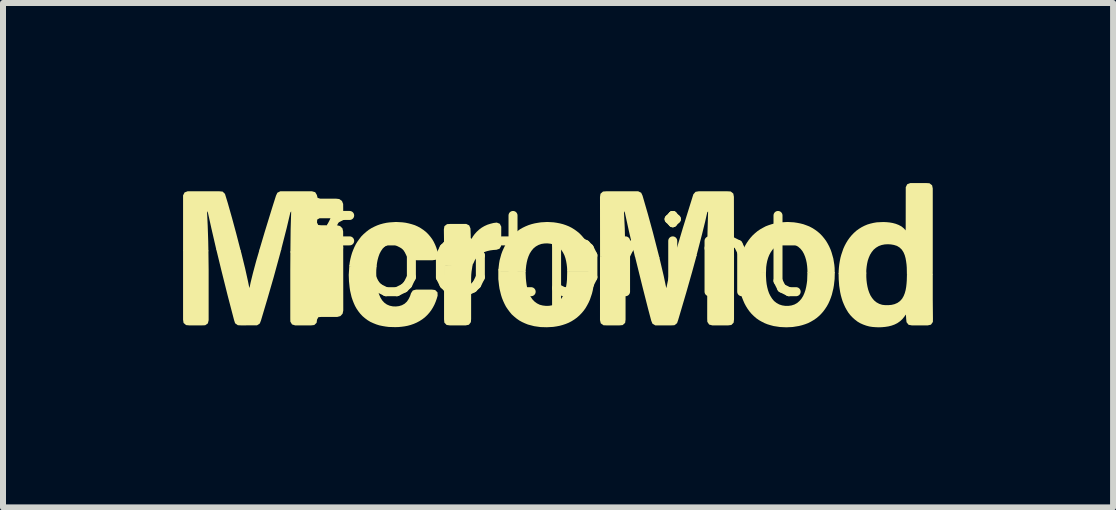
<source format=kicad_pcb>
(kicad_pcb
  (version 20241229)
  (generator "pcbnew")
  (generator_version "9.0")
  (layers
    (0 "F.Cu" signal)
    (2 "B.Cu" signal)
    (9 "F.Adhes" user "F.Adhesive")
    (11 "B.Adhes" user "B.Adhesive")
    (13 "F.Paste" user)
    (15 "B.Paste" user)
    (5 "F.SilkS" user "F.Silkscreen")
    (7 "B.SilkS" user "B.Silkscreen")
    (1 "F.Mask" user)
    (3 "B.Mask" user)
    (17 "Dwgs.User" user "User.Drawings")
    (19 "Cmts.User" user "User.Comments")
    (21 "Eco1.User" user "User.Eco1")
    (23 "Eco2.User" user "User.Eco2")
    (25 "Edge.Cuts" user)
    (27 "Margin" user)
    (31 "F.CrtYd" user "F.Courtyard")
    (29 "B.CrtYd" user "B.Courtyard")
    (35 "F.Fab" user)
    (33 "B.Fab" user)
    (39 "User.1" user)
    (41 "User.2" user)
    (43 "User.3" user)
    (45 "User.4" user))
  (footprint "footprint"
    (layer "F.Cu")
    (at 6.253 1.23)
    (property "Reference" "footprint" (at 0 0 0) (layer "F.SilkS") (effects (font (size 1.27 1.27) (thickness 0.15))))
    (fp_poly (pts (xy 2.501 -0.018) (xy 2.926 -0.018) (xy 2.926 1.041) (xy 2.92 1.095) (xy 2.882 1.134) (xy 2.828 1.141) (xy 2.564 1.141) (xy 2.511 1.127) (xy 2.481 1.081) (xy 2.479 1.027) (xy 2.48 -0.038)) (stroke (width 0) (type solid)) (fill yes) (layer "F.SilkS"))
    (fp_poly (pts (xy -5.831 -0.106) (xy -5.827 0.213) (xy -5.827 1.055) (xy -5.84 1.108) (xy -5.885 1.139) (xy -5.939 1.141) (xy -6.15 1.141) (xy -6.203 1.136) (xy -6.245 1.1) (xy -6.253 1.047) (xy -6.253 -0.115) (xy -5.88 -0.115)) (stroke (width 0) (type solid)) (fill yes) (layer "F.SilkS"))
    (fp_poly (pts (xy 1.119 0.251) (xy 1.119 1.045) (xy 1.112 1.099) (xy 1.071 1.136) (xy 1.017 1.141) (xy 0.805 1.141) (xy 0.751 1.139) (xy 0.706 1.107) (xy 0.693 1.054) (xy 0.693 -0.008) (xy 0.741 -0.018) (xy 1.117 -0.018)) (stroke (width 0) (type solid)) (fill yes) (layer "F.SilkS"))
    (fp_poly (pts (xy -1.439 0.194) (xy -1.447 0.245) (xy -1.452 0.297) (xy -1.454 0.35) (xy -1.454 1.033) (xy -1.458 1.087) (xy -1.491 1.13) (xy -1.544 1.141) (xy -1.808 1.141) (xy -1.862 1.134) (xy -1.9 1.095) (xy -1.905 1.041) (xy -1.905 0.142) (xy -1.853 0.137) (xy -1.429 0.128)) (stroke (width 0) (type solid)) (fill yes) (layer "F.SilkS"))
    (fp_poly (pts (xy -3.584 0.893) (xy -3.595 0.946) (xy -3.632 0.986) (xy -3.684 1) (xy -3.948 1) (xy -3.998 1.004) (xy -4.021 1.044) (xy -4.028 1.097) (xy -4.067 1.135) (xy -4.121 1.141) (xy -4.386 1.141) (xy -4.438 1.125) (xy -4.466 1.078) (xy -4.467 1.024) (xy -4.467 0.233) (xy -4.465 -0.086) (xy -4.435 -0.115) (xy -3.585 -0.17)) (stroke (width 0) (type solid)) (fill yes) (layer "F.SilkS"))
    (fp_poly (pts (xy 1.33 -1.093) (xy 1.379 -1.069) (xy 1.402 -1.02) (xy 1.491 -0.713) (xy 1.575 -0.406) (xy 1.686 0.025) (xy 1.648 -0.008) (xy 1.274 -0.008) (xy 1.176 -0.425) (xy 1.108 -0.736) (xy 1.097 -0.762) (xy 1.093 -0.737) (xy 1.106 -0.472) (xy 1.117 -0.006) (xy 1.092 -0.008) (xy 0.722 -0.008) (xy 0.694 0.001) (xy 0.693 -0.998) (xy 0.701 -1.052) (xy 0.743 -1.089) (xy 0.797 -1.093)) (stroke (width 0) (type solid)) (fill yes) (layer "F.SilkS"))
    (fp_poly (pts (xy 2.871 -1.09) (xy 2.914 -1.055) (xy 2.924 -1.002) (xy 2.926 -0.006) (xy 2.897 -0.008) (xy 2.524 -0.008) (xy 2.479 -0.022) (xy 2.484 -0.398) (xy 2.494 -0.757) (xy 2.48 -0.742) (xy 2.445 -0.588) (xy 2.394 -0.381) (xy 2.3 -0.018) (xy 2.25 -0.008) (xy 1.983 -0.008) (xy 1.936 -0.019) (xy 2.074 -0.483) (xy 2.248 -1.042) (xy 2.284 -1.084) (xy 2.337 -1.093) (xy 2.817 -1.093)) (stroke (width 0) (type solid)) (fill yes) (layer "F.SilkS"))
    (fp_poly (pts (xy -5.648 -1.093) (xy -5.594 -1.088) (xy -5.555 -1.05) (xy -5.508 -0.897) (xy -5.436 -0.643) (xy -5.367 -0.388) (xy -5.293 -0.102) (xy -5.332 -0.105) (xy -5.649 -0.105) (xy -5.698 -0.115) (xy -5.782 -0.479) (xy -5.839 -0.736) (xy -5.849 -0.762) (xy -5.853 -0.738) (xy -5.843 -0.527) (xy -5.834 -0.263) (xy -5.832 -0.157) (xy -5.831 -0.095) (xy -6.211 -0.105) (xy -6.253 -0.107) (xy -6.253 -1.025) (xy -6.228 -1.074) (xy -6.178 -1.093)) (stroke (width 0) (type solid)) (fill yes) (layer "F.SilkS"))
    (fp_poly (pts (xy 1.978 -0.018) (xy 2.305 -0.031) (xy 2.23 0.243) (xy 2.129 0.598) (xy 2.025 0.951) (xy 1.995 1.052) (xy 1.977 1.104) (xy 1.934 1.138) (xy 1.88 1.141) (xy 1.615 1.141) (xy 1.568 1.114) (xy 1.547 1.064) (xy 1.493 0.86) (xy 1.402 0.502) (xy 1.274 -0.015) (xy 1.329 -0.018) (xy 1.647 -0.018) (xy 1.682 0.01) (xy 1.755 0.319) (xy 1.796 0.515) (xy 1.801 0.51) (xy 1.822 0.408) (xy 1.848 0.305) (xy 1.888 0.152) (xy 1.941 -0.033)) (stroke (width 0) (type solid)) (fill yes) (layer "F.SilkS"))
    (fp_poly (pts (xy -4.634 -0.062) (xy -4.746 0.347) (xy -4.849 0.703) (xy -4.955 1.059) (xy -4.975 1.11) (xy -5.021 1.14) (xy -5.287 1.141) (xy -5.341 1.138) (xy -5.386 1.106) (xy -5.403 1.054) (xy -5.51 0.644) (xy -5.613 0.232) (xy -5.7 -0.126) (xy -5.67 -0.115) (xy -5.296 -0.115) (xy -5.281 -0.06) (xy -5.218 0.197) (xy -5.172 0.404) (xy -5.151 0.507) (xy -5.146 0.515) (xy -5.127 0.424) (xy -5.089 0.27) (xy -5.034 0.065) (xy -4.98 -0.119) (xy -4.949 -0.115) (xy -4.615 -0.134)) (stroke (width 0) (type solid)) (fill yes) (layer "F.SilkS"))
    (fp_poly (pts (xy -0.976 -0.552) (xy -0.952 -0.503) (xy -0.953 -0.183) (xy -0.981 -0.136) (xy -1.032 -0.119) (xy -1.086 -0.115) (xy -1.138 -0.108) (xy -1.189 -0.096) (xy -1.238 -0.079) (xy -1.285 -0.056) (xy -1.327 -0.026) (xy -1.363 0.012) (xy -1.392 0.055) (xy -1.414 0.103) (xy -1.439 0.146) (xy -1.865 0.146) (xy -1.906 0.154) (xy -1.906 -0.3) (xy -1.908 -0.459) (xy -1.899 -0.512) (xy -1.855 -0.546) (xy -1.801 -0.549) (xy -1.535 -0.549) (xy -1.486 -0.525) (xy -1.465 -0.474) (xy -1.461 -0.368) (xy -1.46 -0.278) (xy -1.453 -0.289) (xy -1.427 -0.336) (xy -1.396 -0.379) (xy -1.36 -0.419) (xy -1.321 -0.455) (xy -1.278 -0.487) (xy -1.232 -0.514) (xy -1.183 -0.536) (xy -1.133 -0.552) (xy -1.081 -0.565) (xy -1.027 -0.572)) (stroke (width 0) (type solid)) (fill yes) (layer "F.SilkS"))
    (fp_poly (pts (xy -4.052 -1.078) (xy -4.024 -1.032) (xy -4.012 -0.984) (xy -3.968 -0.97) (xy -3.704 -0.97) (xy -3.651 -0.964) (xy -3.606 -0.932) (xy -3.586 -0.882) (xy -3.585 -0.775) (xy -3.588 -0.721) (xy -3.614 -0.673) (xy -3.662 -0.647) (xy -3.716 -0.644) (xy -3.979 -0.644) (xy -4.018 -0.622) (xy -4.022 -0.573) (xy -4.002 -0.532) (xy -3.953 -0.527) (xy -3.689 -0.527) (xy -3.637 -0.514) (xy -3.598 -0.476) (xy -3.586 -0.423) (xy -3.586 -0.158) (xy -3.59 -0.105) (xy -4.436 -0.105) (xy -4.465 -0.067) (xy -4.461 -0.457) (xy -4.452 -0.758) (xy -4.466 -0.739) (xy -4.526 -0.484) (xy -4.618 -0.124) (xy -4.661 -0.105) (xy -4.985 -0.105) (xy -4.893 -0.415) (xy -4.769 -0.818) (xy -4.705 -1.02) (xy -4.682 -1.069) (xy -4.634 -1.093) (xy -4.105 -1.093)) (stroke (width 0) (type solid)) (fill yes) (layer "F.SilkS"))
    (fp_poly (pts (xy -2.598 -0.576) (xy -2.545 -0.569) (xy -2.493 -0.558) (xy -2.441 -0.544) (xy -2.391 -0.528) (xy -2.342 -0.506) (xy -2.295 -0.48) (xy -2.25 -0.45) (xy -2.208 -0.417) (xy -2.17 -0.38) (xy -2.135 -0.339) (xy -2.103 -0.296) (xy -2.076 -0.25) (xy -2.053 -0.202) (xy -2.033 -0.152) (xy -2.017 -0.101) (xy -2.005 -0.048) (xy -2.006 0.007) (xy -2.044 0.048) (xy -2.098 0.056) (xy -2.364 0.056) (xy -2.418 0.044) (xy -2.45 0.000249) (xy -2.464 -0.052) (xy -2.485 -0.1) (xy -2.512 -0.144) (xy -2.548 -0.182) (xy -2.592 -0.209) (xy -2.641 -0.226) (xy -2.693 -0.233) (xy -2.745 -0.233) (xy -2.797 -0.224) (xy -2.845 -0.205) (xy -2.889 -0.177) (xy -2.926 -0.14) (xy -2.956 -0.097) (xy -2.98 -0.051) (xy -2.998 -0.001) (xy -3.012 0.05) (xy -3.022 0.102) (xy -3.029 0.158) (xy -3.076 0.169) (xy -3.451 0.169) (xy -3.483 0.145) (xy -3.476 0.089) (xy -3.466 0.037) (xy -3.453 -0.015) (xy -3.438 -0.066) (xy -3.419 -0.116) (xy -3.398 -0.165) (xy -3.374 -0.213) (xy -3.345 -0.259) (xy -3.314 -0.302) (xy -3.281 -0.344) (xy -3.243 -0.382) (xy -3.203 -0.417) (xy -3.161 -0.45) (xy -3.115 -0.479) (xy -3.068 -0.503) (xy -3.019 -0.525) (xy -2.969 -0.543) (xy -2.917 -0.557) (xy -2.865 -0.568) (xy -2.812 -0.575) (xy -2.705 -0.582)) (stroke (width 0) (type solid)) (fill yes) (layer "F.SilkS"))
    (fp_poly (pts (xy -3.456 0.159) (xy -3.027 0.148) (xy -3.034 0.217) (xy -3.035 0.27) (xy -3.032 0.375) (xy -3.028 0.428) (xy -3.022 0.48) (xy -3.013 0.532) (xy -3.001 0.583) (xy -2.984 0.633) (xy -2.963 0.681) (xy -2.935 0.725) (xy -2.9 0.763) (xy -2.858 0.793) (xy -2.811 0.813) (xy -2.76 0.824) (xy -2.708 0.826) (xy -2.656 0.82) (xy -2.607 0.805) (xy -2.562 0.78) (xy -2.524 0.745) (xy -2.495 0.702) (xy -2.472 0.655) (xy -2.455 0.604) (xy -2.425 0.559) (xy -2.372 0.545) (xy -2.107 0.545) (xy -2.053 0.552) (xy -2.014 0.591) (xy -2.012 0.646) (xy -2.027 0.697) (xy -2.045 0.748) (xy -2.066 0.797) (xy -2.091 0.844) (xy -2.119 0.889) (xy -2.151 0.931) (xy -2.187 0.971) (xy -2.226 1.008) (xy -2.268 1.04) (xy -2.313 1.069) (xy -2.36 1.094) (xy -2.408 1.115) (xy -2.459 1.133) (xy -2.51 1.147) (xy -2.562 1.157) (xy -2.615 1.164) (xy -2.668 1.169) (xy -2.721 1.17) (xy -2.827 1.167) (xy -2.88 1.16) (xy -2.933 1.151) (xy -2.985 1.14) (xy -3.035 1.124) (xy -3.085 1.104) (xy -3.133 1.082) (xy -3.179 1.054) (xy -3.222 1.022) (xy -3.262 0.988) (xy -3.299 0.949) (xy -3.332 0.907) (xy -3.362 0.863) (xy -3.388 0.817) (xy -3.41 0.768) (xy -3.429 0.719) (xy -3.446 0.668) (xy -3.47 0.565) (xy -3.478 0.512) (xy -3.489 0.406) (xy -3.493 0.3) (xy -3.482 0.132)) (stroke (width 0) (type solid)) (fill yes) (layer "F.SilkS"))
    (fp_poly (pts (xy 6.182 -1.227) (xy 6.226 -1.193) (xy 6.237 -1.14) (xy 6.237 0.236) (xy 6.236 0.293) (xy 5.86 0.293) (xy 5.806 0.288) (xy 5.804 0.178) (xy 5.8 0.126) (xy 5.793 0.074) (xy 5.784 0.022) (xy 5.77 -0.029) (xy 5.75 -0.076) (xy 5.722 -0.12) (xy 5.685 -0.156) (xy 5.641 -0.183) (xy 5.591 -0.199) (xy 5.54 -0.208) (xy 5.488 -0.211) (xy 5.436 -0.208) (xy 5.385 -0.198) (xy 5.336 -0.18) (xy 5.291 -0.153) (xy 5.252 -0.12) (xy 5.219 -0.079) (xy 5.192 -0.035) (xy 5.171 0.013) (xy 5.154 0.063) (xy 5.143 0.114) (xy 5.135 0.166) (xy 5.13 0.218) (xy 5.129 0.274) (xy 5.088 0.293) (xy 4.716 0.293) (xy 4.668 0.283) (xy 4.67 0.226) (xy 4.674 0.173) (xy 4.68 0.12) (xy 4.689 0.067) (xy 4.699 0.015) (xy 4.713 -0.036) (xy 4.747 -0.136) (xy 4.769 -0.185) (xy 4.794 -0.232) (xy 4.822 -0.278) (xy 4.853 -0.321) (xy 4.887 -0.362) (xy 4.924 -0.4) (xy 4.964 -0.436) (xy 5.007 -0.467) (xy 5.052 -0.495) (xy 5.099 -0.519) (xy 5.149 -0.54) (xy 5.2 -0.555) (xy 5.251 -0.567) (xy 5.304 -0.576) (xy 5.41 -0.581) (xy 5.463 -0.579) (xy 5.516 -0.574) (xy 5.569 -0.565) (xy 5.621 -0.551) (xy 5.67 -0.532) (xy 5.718 -0.506) (xy 5.759 -0.472) (xy 5.784 -0.441) (xy 5.786 -0.472) (xy 5.787 -1.161) (xy 5.811 -1.21) (xy 5.862 -1.23) (xy 6.128 -1.23)) (stroke (width 0) (type solid)) (fill yes) (layer "F.SilkS"))
    (fp_poly (pts (xy -0.963 0.238) (xy -0.594 0.238) (xy -0.547 0.234) (xy -0.542 0.358) (xy -0.537 0.41) (xy -0.53 0.463) (xy -0.52 0.515) (xy -0.506 0.565) (xy -0.487 0.615) (xy -0.464 0.661) (xy -0.435 0.705) (xy -0.399 0.743) (xy -0.357 0.774) (xy -0.311 0.797) (xy -0.26 0.81) (xy -0.208 0.816) (xy -0.156 0.815) (xy -0.105 0.806) (xy -0.056 0.787) (xy -0.012 0.759) (xy 0.026 0.724) (xy 0.058 0.682) (xy 0.083 0.636) (xy 0.103 0.588) (xy 0.118 0.537) (xy 0.13 0.486) (xy 0.138 0.434) (xy 0.143 0.381) (xy 0.147 0.214) (xy 0.175 0.238) (xy 0.603 0.238) (xy 0.601 0.349) (xy 0.591 0.456) (xy 0.572 0.56) (xy 0.559 0.612) (xy 0.525 0.713) (xy 0.503 0.762) (xy 0.478 0.809) (xy 0.451 0.855) (xy 0.42 0.898) (xy 0.385 0.939) (xy 0.348 0.977) (xy 0.307 1.013) (xy 0.264 1.044) (xy 0.219 1.072) (xy 0.171 1.097) (xy 0.122 1.117) (xy 0.071 1.134) (xy 0.02 1.148) (xy -0.033 1.158) (xy -0.086 1.166) (xy -0.192 1.172) (xy -0.299 1.169) (xy -0.404 1.154) (xy -0.507 1.127) (xy -0.557 1.107) (xy -0.605 1.085) (xy -0.652 1.059) (xy -0.696 1.028) (xy -0.737 0.994) (xy -0.777 0.958) (xy -0.811 0.917) (xy -0.843 0.874) (xy -0.873 0.83) (xy -0.898 0.782) (xy -0.92 0.734) (xy -0.94 0.684) (xy -0.956 0.633) (xy -0.981 0.53) (xy -0.989 0.477) (xy -1.001 0.371) (xy -1.001 0.202)) (stroke (width 0) (type solid)) (fill yes) (layer "F.SilkS"))
    (fp_poly (pts (xy -0.079 -0.576) (xy -0.026 -0.568) (xy 0.026 -0.558) (xy 0.077 -0.545) (xy 0.127 -0.528) (xy 0.176 -0.508) (xy 0.223 -0.484) (xy 0.268 -0.456) (xy 0.311 -0.425) (xy 0.352 -0.391) (xy 0.389 -0.353) (xy 0.423 -0.313) (xy 0.455 -0.27) (xy 0.482 -0.225) (xy 0.507 -0.178) (xy 0.529 -0.13) (xy 0.547 -0.08) (xy 0.563 -0.03) (xy 0.577 0.021) (xy 0.594 0.126) (xy 0.6 0.178) (xy 0.602 0.235) (xy 0.558 0.248) (xy 0.187 0.248) (xy 0.147 0.23) (xy 0.144 0.175) (xy 0.138 0.123) (xy 0.129 0.071) (xy 0.117 0.021) (xy 0.1 -0.028) (xy 0.076 -0.075) (xy 0.047 -0.118) (xy 0.012 -0.155) (xy -0.031 -0.184) (xy -0.078 -0.206) (xy -0.128 -0.219) (xy -0.18 -0.225) (xy -0.231 -0.224) (xy -0.283 -0.216) (xy -0.331 -0.199) (xy -0.376 -0.174) (xy -0.416 -0.141) (xy -0.449 -0.101) (xy -0.477 -0.057) (xy -0.498 -0.01) (xy -0.515 0.04) (xy -0.527 0.09) (xy -0.536 0.142) (xy -0.547 0.248) (xy -0.975 0.248) (xy -1 0.215) (xy -0.988 0.108) (xy -0.979 0.056) (xy -0.951 -0.046) (xy -0.933 -0.095) (xy -0.911 -0.144) (xy -0.888 -0.191) (xy -0.861 -0.237) (xy -0.831 -0.28) (xy -0.798 -0.322) (xy -0.762 -0.361) (xy -0.723 -0.397) (xy -0.682 -0.43) (xy -0.639 -0.461) (xy -0.593 -0.487) (xy -0.545 -0.51) (xy -0.496 -0.53) (xy -0.446 -0.546) (xy -0.394 -0.559) (xy -0.342 -0.568) (xy -0.29 -0.576) (xy -0.184 -0.582)) (stroke (width 0) (type solid)) (fill yes) (layer "F.SilkS"))
    (fp_poly (pts (xy 5.13 0.334) (xy 5.133 0.387) (xy 5.139 0.439) (xy 5.148 0.491) (xy 5.16 0.542) (xy 5.177 0.592) (xy 5.198 0.64) (xy 5.226 0.684) (xy 5.259 0.724) (xy 5.299 0.757) (xy 5.345 0.782) (xy 5.394 0.798) (xy 5.446 0.804) (xy 5.498 0.804) (xy 5.551 0.799) (xy 5.601 0.787) (xy 5.649 0.766) (xy 5.691 0.736) (xy 5.726 0.697) (xy 5.752 0.652) (xy 5.771 0.604) (xy 5.785 0.553) (xy 5.794 0.502) (xy 5.8 0.449) (xy 5.804 0.397) (xy 5.807 0.286) (xy 5.861 0.283) (xy 6.237 0.283) (xy 6.237 0.711) (xy 6.24 1.03) (xy 6.239 1.084) (xy 6.207 1.129) (xy 6.154 1.141) (xy 5.888 1.141) (xy 5.834 1.131) (xy 5.8 1.088) (xy 5.794 1.034) (xy 5.791 0.981) (xy 5.787 0.96) (xy 5.765 0.994) (xy 5.731 1.036) (xy 5.692 1.072) (xy 5.648 1.103) (xy 5.6 1.127) (xy 5.55 1.145) (xy 5.498 1.158) (xy 5.445 1.166) (xy 5.392 1.171) (xy 5.339 1.173) (xy 5.285 1.171) (xy 5.232 1.167) (xy 5.18 1.159) (xy 5.128 1.145) (xy 5.078 1.127) (xy 5.029 1.105) (xy 4.983 1.078) (xy 4.94 1.045) (xy 4.901 1.01) (xy 4.864 0.971) (xy 4.831 0.929) (xy 4.803 0.884) (xy 4.777 0.837) (xy 4.755 0.788) (xy 4.735 0.739) (xy 4.719 0.688) (xy 4.705 0.637) (xy 4.694 0.585) (xy 4.678 0.48) (xy 4.67 0.374) (xy 4.668 0.274) (xy 4.694 0.283) (xy 5.13 0.262)) (stroke (width 0) (type solid)) (fill yes) (layer "F.SilkS"))
    (fp_poly (pts (xy 3.434 0.258) (xy 3.457 0.293) (xy 3.463 0.4) (xy 3.469 0.452) (xy 3.479 0.504) (xy 3.492 0.555) (xy 3.509 0.604) (xy 3.532 0.651) (xy 3.56 0.695) (xy 3.593 0.735) (xy 3.634 0.767) (xy 3.679 0.792) (xy 3.728 0.808) (xy 3.78 0.816) (xy 3.832 0.816) (xy 3.883 0.809) (xy 3.933 0.793) (xy 3.978 0.768) (xy 4.017 0.734) (xy 4.051 0.694) (xy 4.078 0.65) (xy 4.099 0.602) (xy 4.116 0.552) (xy 4.128 0.501) (xy 4.137 0.45) (xy 4.144 0.398) (xy 4.149 0.249) (xy 4.178 0.257) (xy 4.605 0.257) (xy 4.602 0.368) (xy 4.59 0.474) (xy 4.581 0.526) (xy 4.556 0.629) (xy 4.539 0.68) (xy 4.52 0.729) (xy 4.498 0.777) (xy 4.472 0.824) (xy 4.443 0.868) (xy 4.411 0.911) (xy 4.376 0.951) (xy 4.338 0.988) (xy 4.297 1.022) (xy 4.253 1.052) (xy 4.207 1.079) (xy 4.16 1.103) (xy 4.11 1.122) (xy 4.059 1.138) (xy 4.008 1.151) (xy 3.903 1.168) (xy 3.797 1.173) (xy 3.691 1.168) (xy 3.586 1.152) (xy 3.534 1.138) (xy 3.484 1.123) (xy 3.434 1.103) (xy 3.387 1.079) (xy 3.341 1.053) (xy 3.297 1.022) (xy 3.257 0.987) (xy 3.219 0.95) (xy 3.184 0.909) (xy 3.153 0.866) (xy 3.125 0.821) (xy 3.1 0.774) (xy 3.079 0.726) (xy 3.059 0.676) (xy 3.043 0.625) (xy 3.031 0.574) (xy 3.02 0.522) (xy 3.011 0.47) (xy 3.001 0.364) (xy 2.999 0.311) (xy 3.002 0.217)) (stroke (width 0) (type solid)) (fill yes) (layer "F.SilkS"))
    (fp_poly (pts (xy 3.923 -0.576) (xy 3.976 -0.568) (xy 4.028 -0.558) (xy 4.08 -0.545) (xy 4.13 -0.527) (xy 4.179 -0.508) (xy 4.227 -0.483) (xy 4.272 -0.455) (xy 4.315 -0.424) (xy 4.356 -0.389) (xy 4.393 -0.351) (xy 4.427 -0.31) (xy 4.459 -0.267) (xy 4.486 -0.222) (xy 4.511 -0.175) (xy 4.533 -0.126) (xy 4.551 -0.076) (xy 4.58 0.026) (xy 4.597 0.131) (xy 4.602 0.184) (xy 4.604 0.269) (xy 4.573 0.268) (xy 4.202 0.268) (xy 4.15 0.262) (xy 4.148 0.205) (xy 4.144 0.152) (xy 4.137 0.1) (xy 4.126 0.049) (xy 4.111 -0.001) (xy 4.091 -0.05) (xy 4.066 -0.095) (xy 4.033 -0.136) (xy 3.994 -0.17) (xy 3.949 -0.196) (xy 3.9 -0.213) (xy 3.849 -0.223) (xy 3.797 -0.226) (xy 3.745 -0.221) (xy 3.694 -0.209) (xy 3.647 -0.187) (xy 3.605 -0.158) (xy 3.568 -0.121) (xy 3.538 -0.078) (xy 3.513 -0.032) (xy 3.494 0.016) (xy 3.479 0.067) (xy 3.469 0.118) (xy 3.462 0.17) (xy 3.456 0.326) (xy 3.435 0.267) (xy 3.012 0.267) (xy 3.001 0.221) (xy 3.012 0.115) (xy 3.022 0.062) (xy 3.034 0.011) (xy 3.049 -0.041) (xy 3.067 -0.091) (xy 3.088 -0.139) (xy 3.111 -0.187) (xy 3.138 -0.233) (xy 3.168 -0.277) (xy 3.201 -0.319) (xy 3.237 -0.359) (xy 3.276 -0.395) (xy 3.317 -0.429) (xy 3.361 -0.459) (xy 3.407 -0.485) (xy 3.454 -0.51) (xy 3.504 -0.529) (xy 3.554 -0.545) (xy 3.606 -0.559) (xy 3.658 -0.568) (xy 3.711 -0.576) (xy 3.817 -0.582)) (stroke (width 0) (type solid)) (fill yes) (layer "F.SilkS")))
  (gr_rect
    (start -3 -3)
    (end 15.494 5.403)
    (stroke (width 0.1) (type default))
    (fill no)
    (layer "Edge.Cuts")))
</source>
